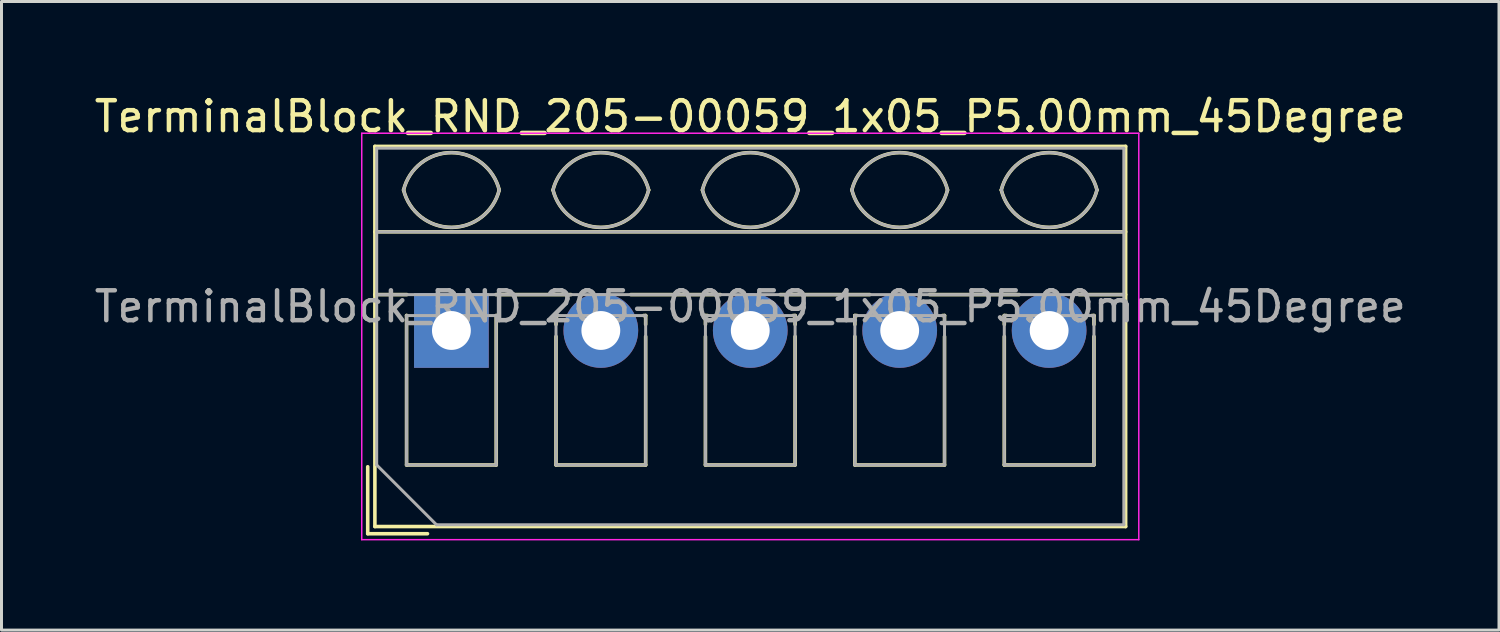
<source format=kicad_pcb>
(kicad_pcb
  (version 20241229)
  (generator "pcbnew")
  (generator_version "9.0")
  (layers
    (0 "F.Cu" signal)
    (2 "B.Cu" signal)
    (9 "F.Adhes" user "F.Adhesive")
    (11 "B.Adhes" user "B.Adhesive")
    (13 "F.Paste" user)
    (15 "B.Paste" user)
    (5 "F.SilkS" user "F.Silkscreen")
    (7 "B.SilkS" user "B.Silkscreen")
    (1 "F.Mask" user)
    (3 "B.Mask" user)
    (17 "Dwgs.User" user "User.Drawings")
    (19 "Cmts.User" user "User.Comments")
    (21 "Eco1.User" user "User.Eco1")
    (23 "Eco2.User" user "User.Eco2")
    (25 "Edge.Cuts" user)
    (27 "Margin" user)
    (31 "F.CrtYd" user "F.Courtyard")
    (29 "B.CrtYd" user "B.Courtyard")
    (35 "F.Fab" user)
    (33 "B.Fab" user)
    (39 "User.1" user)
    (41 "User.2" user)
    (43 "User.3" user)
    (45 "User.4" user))
  (footprint "TerminalBlock_RND_205-00059_1x05_P5.00mm_45Degree"
    (layer "F.Cu")
    (at 12.054 8.008)
    (property "Reference" "TerminalBlock_RND_205-00059_1x05_P5.00mm_45Degree" (at 10 -7.16 0) (layer "F.SilkS") (effects (font (size 1 1) (thickness 0.15))))
    (attr through_hole)
    (fp_line (start -2.8 4.56) (end -2.8 6.8) (stroke (width 0.12) (type solid)) (layer "F.SilkS"))
    (fp_line (start -2.8 6.8) (end -0.8 6.8) (stroke (width 0.12) (type solid)) (layer "F.SilkS"))
    (fp_line (start -2.56 -6.16) (end -2.56 6.56) (stroke (width 0.12) (type solid)) (layer "F.SilkS"))
    (fp_line (start -2.56 -6.16) (end 22.56 -6.16) (stroke (width 0.12) (type solid)) (layer "F.SilkS"))
    (fp_line (start -2.56 -3.301) (end 22.56 -3.301) (stroke (width 0.12) (type solid)) (layer "F.SilkS"))
    (fp_line (start -2.56 -1.201) (end -1.49 -1.201) (stroke (width 0.12) (type solid)) (layer "F.SilkS"))
    (fp_line (start -2.56 6.56) (end 22.56 6.56) (stroke (width 0.12) (type solid)) (layer "F.SilkS"))
    (fp_line (start -1.5 -0.5) (end -1.5 4.5) (stroke (width 0.12) (type solid)) (layer "F.SilkS"))
    (fp_line (start -1.5 -0.5) (end -1.49 -0.5) (stroke (width 0.12) (type solid)) (layer "F.SilkS"))
    (fp_line (start -1.5 4.5) (end 1.5 4.5) (stroke (width 0.12) (type solid)) (layer "F.SilkS"))
    (fp_line (start 1.49 -1.201) (end 4 -1.201) (stroke (width 0.12) (type solid)) (layer "F.SilkS"))
    (fp_line (start 1.49 -0.5) (end 1.5 -0.5) (stroke (width 0.12) (type solid)) (layer "F.SilkS"))
    (fp_line (start 1.5 -0.5) (end 1.5 4.5) (stroke (width 0.12) (type solid)) (layer "F.SilkS"))
    (fp_line (start 3.5 -0.5) (end 3.5 -0.202) (stroke (width 0.12) (type solid)) (layer "F.SilkS"))
    (fp_line (start 3.5 -0.5) (end 3.57 -0.5) (stroke (width 0.12) (type solid)) (layer "F.SilkS"))
    (fp_line (start 3.5 0.202) (end 3.5 4.5) (stroke (width 0.12) (type solid)) (layer "F.SilkS"))
    (fp_line (start 3.5 4.5) (end 6.5 4.5) (stroke (width 0.12) (type solid)) (layer "F.SilkS"))
    (fp_line (start 6.001 -1.201) (end 9 -1.201) (stroke (width 0.12) (type solid)) (layer "F.SilkS"))
    (fp_line (start 6.431 -0.5) (end 6.5 -0.5) (stroke (width 0.12) (type solid)) (layer "F.SilkS"))
    (fp_line (start 6.5 -0.5) (end 6.5 -0.202) (stroke (width 0.12) (type solid)) (layer "F.SilkS"))
    (fp_line (start 6.5 0.202) (end 6.5 4.5) (stroke (width 0.12) (type solid)) (layer "F.SilkS"))
    (fp_line (start 8.5 -0.5) (end 8.5 -0.202) (stroke (width 0.12) (type solid)) (layer "F.SilkS"))
    (fp_line (start 8.5 -0.5) (end 8.57 -0.5) (stroke (width 0.12) (type solid)) (layer "F.SilkS"))
    (fp_line (start 8.5 0.202) (end 8.5 4.5) (stroke (width 0.12) (type solid)) (layer "F.SilkS"))
    (fp_line (start 8.5 4.5) (end 11.5 4.5) (stroke (width 0.12) (type solid)) (layer "F.SilkS"))
    (fp_line (start 11.001 -1.201) (end 14 -1.201) (stroke (width 0.12) (type solid)) (layer "F.SilkS"))
    (fp_line (start 11.431 -0.5) (end 11.5 -0.5) (stroke (width 0.12) (type solid)) (layer "F.SilkS"))
    (fp_line (start 11.5 -0.5) (end 11.5 -0.202) (stroke (width 0.12) (type solid)) (layer "F.SilkS"))
    (fp_line (start 11.5 0.202) (end 11.5 4.5) (stroke (width 0.12) (type solid)) (layer "F.SilkS"))
    (fp_line (start 13.5 -0.5) (end 13.5 -0.202) (stroke (width 0.12) (type solid)) (layer "F.SilkS"))
    (fp_line (start 13.5 -0.5) (end 13.57 -0.5) (stroke (width 0.12) (type solid)) (layer "F.SilkS"))
    (fp_line (start 13.5 0.202) (end 13.5 4.5) (stroke (width 0.12) (type solid)) (layer "F.SilkS"))
    (fp_line (start 13.5 4.5) (end 16.5 4.5) (stroke (width 0.12) (type solid)) (layer "F.SilkS"))
    (fp_line (start 16.001 -1.201) (end 19 -1.201) (stroke (width 0.12) (type solid)) (layer "F.SilkS"))
    (fp_line (start 16.431 -0.5) (end 16.5 -0.5) (stroke (width 0.12) (type solid)) (layer "F.SilkS"))
    (fp_line (start 16.5 -0.5) (end 16.5 -0.202) (stroke (width 0.12) (type solid)) (layer "F.SilkS"))
    (fp_line (start 16.5 0.202) (end 16.5 4.5) (stroke (width 0.12) (type solid)) (layer "F.SilkS"))
    (fp_line (start 18.5 -0.5) (end 18.5 -0.202) (stroke (width 0.12) (type solid)) (layer "F.SilkS"))
    (fp_line (start 18.5 -0.5) (end 18.57 -0.5) (stroke (width 0.12) (type solid)) (layer "F.SilkS"))
    (fp_line (start 18.5 0.202) (end 18.5 4.5) (stroke (width 0.12) (type solid)) (layer "F.SilkS"))
    (fp_line (start 18.5 4.5) (end 21.5 4.5) (stroke (width 0.12) (type solid)) (layer "F.SilkS"))
    (fp_line (start 21.001 -1.201) (end 22.56 -1.201) (stroke (width 0.12) (type solid)) (layer "F.SilkS"))
    (fp_line (start 21.431 -0.5) (end 21.5 -0.5) (stroke (width 0.12) (type solid)) (layer "F.SilkS"))
    (fp_line (start 21.5 -0.5) (end 21.5 -0.202) (stroke (width 0.12) (type solid)) (layer "F.SilkS"))
    (fp_line (start 21.5 0.202) (end 21.5 4.5) (stroke (width 0.12) (type solid)) (layer "F.SilkS"))
    (fp_line (start 22.56 -6.16) (end 22.56 6.56) (stroke (width 0.12) (type solid)) (layer "F.SilkS"))
    (fp_arc (start -1.600914 -4.700344) (mid 0.000177 -5.95097) (end 1.601 -4.7) (stroke (width 0.12) (type solid)) (layer "F.SilkS"))
    (fp_arc (start 1.6 -4.7) (mid -0.000064 -3.45) (end -1.600031 -4.700125) (stroke (width 0.12) (type solid)) (layer "F.SilkS"))
    (fp_arc (start 3.399086 -4.700344) (mid 5.000177 -5.95097) (end 6.601 -4.7) (stroke (width 0.12) (type solid)) (layer "F.SilkS"))
    (fp_arc (start 6.6 -4.7) (mid 4.999936 -3.45) (end 3.399969 -4.700125) (stroke (width 0.12) (type solid)) (layer "F.SilkS"))
    (fp_arc (start 8.399086 -4.700344) (mid 10.000177 -5.95097) (end 11.601 -4.7) (stroke (width 0.12) (type solid)) (layer "F.SilkS"))
    (fp_arc (start 11.6 -4.7) (mid 9.999936 -3.45) (end 8.399969 -4.700125) (stroke (width 0.12) (type solid)) (layer "F.SilkS"))
    (fp_arc (start 13.399086 -4.700344) (mid 15.000177 -5.95097) (end 16.601 -4.7) (stroke (width 0.12) (type solid)) (layer "F.SilkS"))
    (fp_arc (start 16.6 -4.7) (mid 14.999936 -3.45) (end 13.399969 -4.700125) (stroke (width 0.12) (type solid)) (layer "F.SilkS"))
    (fp_arc (start 18.399086 -4.700344) (mid 20.000177 -5.95097) (end 21.601 -4.7) (stroke (width 0.12) (type solid)) (layer "F.SilkS"))
    (fp_arc (start 21.6 -4.7) (mid 19.999936 -3.45) (end 18.399969 -4.700125) (stroke (width 0.12) (type solid)) (layer "F.SilkS"))
    (fp_line (start -3 -6.6) (end -3 7) (stroke (width 0.05) (type solid)) (layer "F.CrtYd"))
    (fp_line (start -3 7) (end 23 7) (stroke (width 0.05) (type solid)) (layer "F.CrtYd"))
    (fp_line (start 23 -6.6) (end -3 -6.6) (stroke (width 0.05) (type solid)) (layer "F.CrtYd"))
    (fp_line (start 23 7) (end 23 -6.6) (stroke (width 0.05) (type solid)) (layer "F.CrtYd"))
    (fp_line (start -2.5 -6.1) (end 22.5 -6.1) (stroke (width 0.1) (type solid)) (layer "F.Fab"))
    (fp_line (start -2.5 -3.3) (end 22.5 -3.3) (stroke (width 0.1) (type solid)) (layer "F.Fab"))
    (fp_line (start -2.5 -1.2) (end 22.5 -1.2) (stroke (width 0.1) (type solid)) (layer "F.Fab"))
    (fp_line (start -2.5 4.5) (end -2.5 -6.1) (stroke (width 0.1) (type solid)) (layer "F.Fab"))
    (fp_line (start -1.5 -0.5) (end -1.5 4.5) (stroke (width 0.1) (type solid)) (layer "F.Fab"))
    (fp_line (start -1.5 4.5) (end 1.5 4.5) (stroke (width 0.1) (type solid)) (layer "F.Fab"))
    (fp_line (start -0.5 6.5) (end -2.5 4.5) (stroke (width 0.1) (type solid)) (layer "F.Fab"))
    (fp_line (start 1.5 -0.5) (end -1.5 -0.5) (stroke (width 0.1) (type solid)) (layer "F.Fab"))
    (fp_line (start 1.5 4.5) (end 1.5 -0.5) (stroke (width 0.1) (type solid)) (layer "F.Fab"))
    (fp_line (start 3.5 -0.5) (end 3.5 4.5) (stroke (width 0.1) (type solid)) (layer "F.Fab"))
    (fp_line (start 3.5 4.5) (end 6.5 4.5) (stroke (width 0.1) (type solid)) (layer "F.Fab"))
    (fp_line (start 6.5 -0.5) (end 3.5 -0.5) (stroke (width 0.1) (type solid)) (layer "F.Fab"))
    (fp_line (start 6.5 4.5) (end 6.5 -0.5) (stroke (width 0.1) (type solid)) (layer "F.Fab"))
    (fp_line (start 8.5 -0.5) (end 8.5 4.5) (stroke (width 0.1) (type solid)) (layer "F.Fab"))
    (fp_line (start 8.5 4.5) (end 11.5 4.5) (stroke (width 0.1) (type solid)) (layer "F.Fab"))
    (fp_line (start 11.5 -0.5) (end 8.5 -0.5) (stroke (width 0.1) (type solid)) (layer "F.Fab"))
    (fp_line (start 11.5 4.5) (end 11.5 -0.5) (stroke (width 0.1) (type solid)) (layer "F.Fab"))
    (fp_line (start 13.5 -0.5) (end 13.5 4.5) (stroke (width 0.1) (type solid)) (layer "F.Fab"))
    (fp_line (start 13.5 4.5) (end 16.5 4.5) (stroke (width 0.1) (type solid)) (layer "F.Fab"))
    (fp_line (start 16.5 -0.5) (end 13.5 -0.5) (stroke (width 0.1) (type solid)) (layer "F.Fab"))
    (fp_line (start 16.5 4.5) (end 16.5 -0.5) (stroke (width 0.1) (type solid)) (layer "F.Fab"))
    (fp_line (start 18.5 -0.5) (end 18.5 4.5) (stroke (width 0.1) (type solid)) (layer "F.Fab"))
    (fp_line (start 18.5 4.5) (end 21.5 4.5) (stroke (width 0.1) (type solid)) (layer "F.Fab"))
    (fp_line (start 21.5 -0.5) (end 18.5 -0.5) (stroke (width 0.1) (type solid)) (layer "F.Fab"))
    (fp_line (start 21.5 4.5) (end 21.5 -0.5) (stroke (width 0.1) (type solid)) (layer "F.Fab"))
    (fp_line (start 22.5 -6.1) (end 22.5 6.5) (stroke (width 0.1) (type solid)) (layer "F.Fab"))
    (fp_line (start 22.5 6.5) (end -0.5 6.5) (stroke (width 0.1) (type solid)) (layer "F.Fab"))
    (fp_arc (start -1.600914 -4.700344) (mid 0.000177 -5.95097) (end 1.601 -4.7) (stroke (width 0.1) (type solid)) (layer "F.Fab"))
    (fp_arc (start 1.6 -4.7) (mid -0.000064 -3.45) (end -1.600031 -4.700125) (stroke (width 0.1) (type solid)) (layer "F.Fab"))
    (fp_arc (start 3.399086 -4.700344) (mid 5.000177 -5.95097) (end 6.601 -4.7) (stroke (width 0.1) (type solid)) (layer "F.Fab"))
    (fp_arc (start 6.6 -4.7) (mid 4.999936 -3.45) (end 3.399969 -4.700125) (stroke (width 0.1) (type solid)) (layer "F.Fab"))
    (fp_arc (start 8.399086 -4.700344) (mid 10.000177 -5.95097) (end 11.601 -4.7) (stroke (width 0.1) (type solid)) (layer "F.Fab"))
    (fp_arc (start 11.6 -4.7) (mid 9.999936 -3.45) (end 8.399969 -4.700125) (stroke (width 0.1) (type solid)) (layer "F.Fab"))
    (fp_arc (start 13.399086 -4.700344) (mid 15.000177 -5.95097) (end 16.601 -4.7) (stroke (width 0.1) (type solid)) (layer "F.Fab"))
    (fp_arc (start 16.6 -4.7) (mid 14.999936 -3.45) (end 13.399969 -4.700125) (stroke (width 0.1) (type solid)) (layer "F.Fab"))
    (fp_arc (start 18.399086 -4.700344) (mid 20.000177 -5.95097) (end 21.601 -4.7) (stroke (width 0.1) (type solid)) (layer "F.Fab"))
    (fp_arc (start 21.6 -4.7) (mid 19.999936 -3.45) (end 18.399969 -4.700125) (stroke (width 0.1) (type solid)) (layer "F.Fab"))
    (fp_text user "${REFERENCE}" (at 10 -0.8 0) (layer "F.Fab") (effects (font (size 1 1) (thickness 0.15))))
    (pad "1" thru_hole rect (at 0 0) (size 2.5 2.5) (drill 1.3) (layers "*.Cu" "*.Mask"))
    (pad "2" thru_hole circle (at 5 0) (size 2.5 2.5) (drill 1.3) (layers "*.Cu" "*.Mask"))
    (pad "3" thru_hole circle (at 10 0) (size 2.5 2.5) (drill 1.3) (layers "*.Cu" "*.Mask"))
    (pad "4" thru_hole circle (at 15 0) (size 2.5 2.5) (drill 1.3) (layers "*.Cu" "*.Mask"))
    (pad "5" thru_hole circle (at 20 0) (size 2.5 2.5) (drill 1.3) (layers "*.Cu" "*.Mask")))
  (gr_rect
    (start -3 -3)
    (end 47.107 18.033)
    (stroke (width 0.1) (type default))
    (fill no)
    (layer "Edge.Cuts")))
</source>
